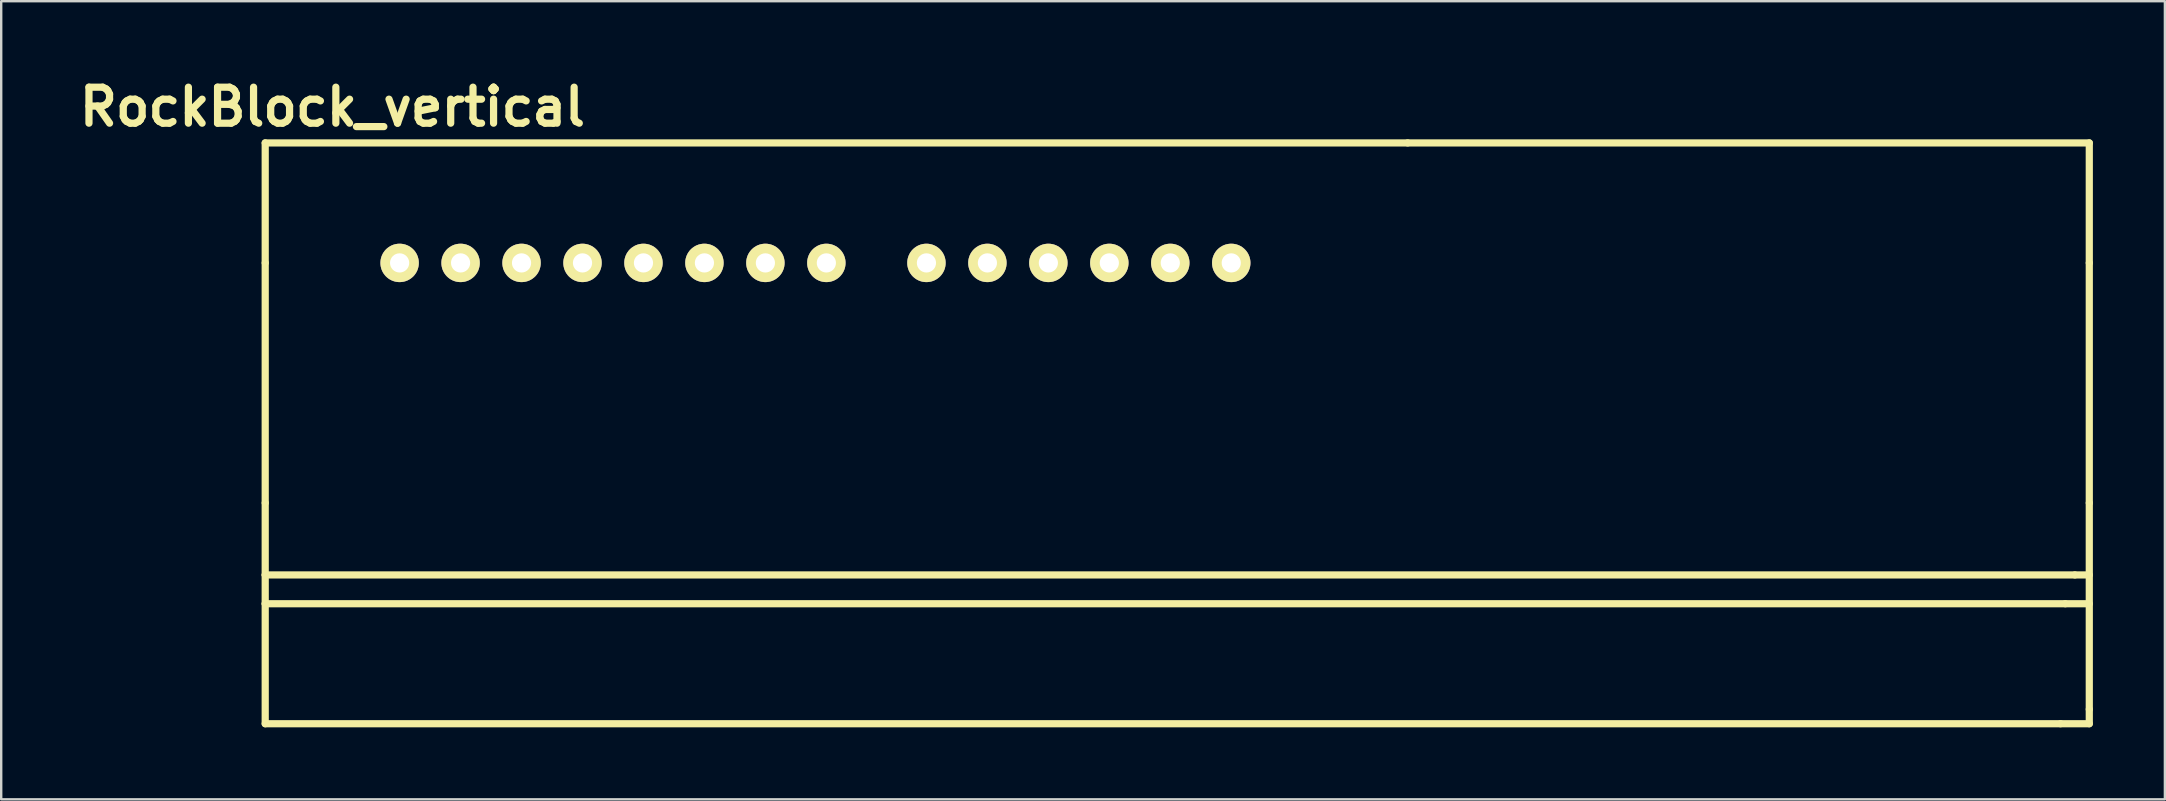
<source format=kicad_pcb>
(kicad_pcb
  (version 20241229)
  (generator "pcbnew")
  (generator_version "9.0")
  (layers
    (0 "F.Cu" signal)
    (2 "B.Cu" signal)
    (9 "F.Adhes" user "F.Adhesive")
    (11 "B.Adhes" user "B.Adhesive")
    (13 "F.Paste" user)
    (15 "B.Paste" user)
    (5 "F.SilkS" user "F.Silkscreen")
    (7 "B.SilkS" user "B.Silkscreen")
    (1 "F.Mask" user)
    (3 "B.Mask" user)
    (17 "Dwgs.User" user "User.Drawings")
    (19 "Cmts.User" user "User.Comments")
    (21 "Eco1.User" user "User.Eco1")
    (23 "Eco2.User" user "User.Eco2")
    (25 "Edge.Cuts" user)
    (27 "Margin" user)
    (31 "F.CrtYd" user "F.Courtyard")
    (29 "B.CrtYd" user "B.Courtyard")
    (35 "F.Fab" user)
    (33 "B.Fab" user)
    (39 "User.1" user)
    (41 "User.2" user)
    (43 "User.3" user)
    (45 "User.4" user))
  (footprint "RockBlock_vertical"
    (layer "F.Cu")
    (at 8 7.904)
    (property "Reference" "RockBlock_vertical" (at 2.8 -6.5 0) (layer "F.SilkS") (effects (font (size 1.5 1.5) (thickness 0.3))))
    (attr through_hole)
    (fp_line (start 0 -5) (end 0 0) (stroke (width 0.3) (type solid)) (layer "F.SilkS"))
    (fp_line (start 0 -5) (end 47.6 -5) (stroke (width 0.3) (type solid)) (layer "F.SilkS"))
    (fp_line (start 0 0) (end 0 10) (stroke (width 0.3) (type solid)) (layer "F.SilkS"))
    (fp_line (start 0 10) (end 0 13) (stroke (width 0.3) (type solid)) (layer "F.SilkS"))
    (fp_line (start 0 13) (end 0 14.2) (stroke (width 0.3) (type solid)) (layer "F.SilkS"))
    (fp_line (start 0 13) (end 75.4 13) (stroke (width 0.3) (type solid)) (layer "F.SilkS"))
    (fp_line (start 0 14.2) (end 0 19.2) (stroke (width 0.3) (type solid)) (layer "F.SilkS"))
    (fp_line (start 0 14.2) (end 75 14.2) (stroke (width 0.3) (type solid)) (layer "F.SilkS"))
    (fp_line (start 0 19.2) (end 74.8 19.2) (stroke (width 0.3) (type solid)) (layer "F.SilkS"))
    (fp_line (start 47.6 -5) (end 76 -5) (stroke (width 0.3) (type solid)) (layer "F.SilkS"))
    (fp_line (start 74.8 19.2) (end 76 19.2) (stroke (width 0.3) (type solid)) (layer "F.SilkS"))
    (fp_line (start 75 14.2) (end 76 14.2) (stroke (width 0.3) (type solid)) (layer "F.SilkS"))
    (fp_line (start 75.4 13) (end 76 13) (stroke (width 0.3) (type solid)) (layer "F.SilkS"))
    (fp_line (start 76 -5) (end 76 0) (stroke (width 0.3) (type solid)) (layer "F.SilkS"))
    (fp_line (start 76 10) (end 76 0) (stroke (width 0.3) (type solid)) (layer "F.SilkS"))
    (fp_line (start 76 10) (end 76 18.6) (stroke (width 0.3) (type solid)) (layer "F.SilkS"))
    (fp_line (start 76 19.2) (end 76 18.6) (stroke (width 0.3) (type solid)) (layer "F.SilkS"))
    (pad "5" thru_hole circle (at 30.09 0) (size 1.6 1.6) (drill 0.8) (layers "*.Cu" "*.Mask" "F.SilkS"))
    (pad "6" thru_hole circle (at 27.55 0) (size 1.6 1.6) (drill 0.8) (layers "*.Cu" "*.Mask" "F.SilkS"))
    (pad "7" thru_hole circle (at 23.38 0) (size 1.6 1.6) (drill 0.8) (layers "*.Cu" "*.Mask" "F.SilkS"))
    (pad "8" thru_hole circle (at 20.84 0) (size 1.6 1.6) (drill 0.8) (layers "*.Cu" "*.Mask" "F.SilkS"))
    (pad "9" thru_hole circle (at 18.3 0) (size 1.6 1.6) (drill 0.8) (layers "*.Cu" "*.Mask" "F.SilkS"))
    (pad "10" thru_hole circle (at 15.76 0) (size 1.6 1.6) (drill 0.8) (layers "*.Cu" "*.Mask" "F.SilkS"))
    (pad "11" thru_hole circle (at 13.22 0) (size 1.6 1.6) (drill 0.8) (layers "*.Cu" "*.Mask" "F.SilkS"))
    (pad "11" thru_hole circle (at 32.63 0) (size 1.6 1.6) (drill 0.8) (layers "*.Cu" "*.Mask" "F.SilkS"))
    (pad "12" thru_hole circle (at 10.68 0) (size 1.6 1.6) (drill 0.8) (layers "*.Cu" "*.Mask" "F.SilkS"))
    (pad "12" thru_hole circle (at 35.17 0) (size 1.6 1.6) (drill 0.8) (layers "*.Cu" "*.Mask" "F.SilkS"))
    (pad "13" thru_hole circle (at 8.14 0) (size 1.6 1.6) (drill 0.8) (layers "*.Cu" "*.Mask" "F.SilkS"))
    (pad "13" thru_hole circle (at 37.71 0) (size 1.6 1.6) (drill 0.8) (layers "*.Cu" "*.Mask" "F.SilkS"))
    (pad "14" thru_hole circle (at 5.6 0) (size 1.6 1.6) (drill 0.8) (layers "*.Cu" "*.Mask" "F.SilkS"))
    (pad "14" thru_hole circle (at 40.25 0) (size 1.6 1.6) (drill 0.8) (layers "*.Cu" "*.Mask" "F.SilkS")))
  (gr_rect
    (start -3 -3)
    (end 87.15 30.254)
    (stroke (width 0.1) (type default))
    (fill no)
    (layer "Edge.Cuts")))
</source>
